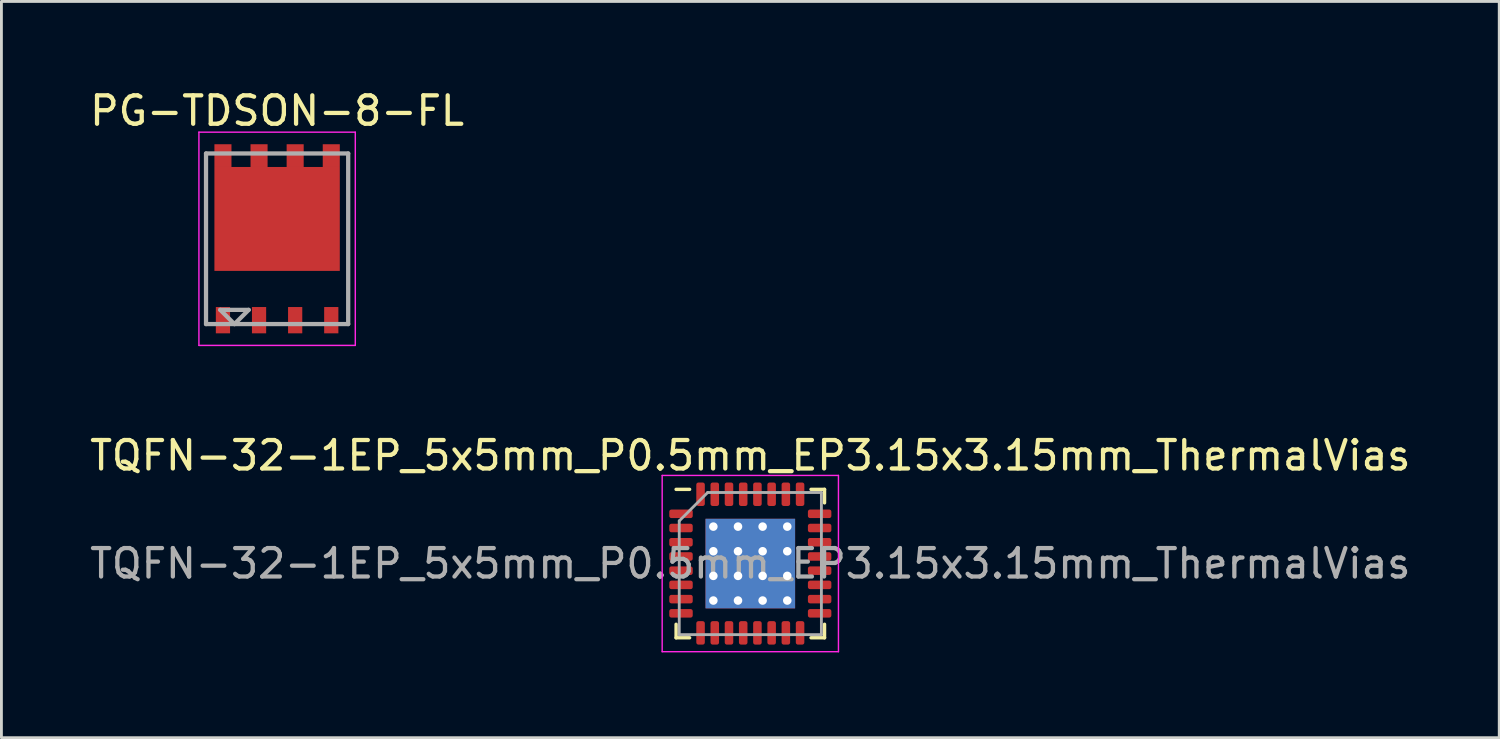
<source format=kicad_pcb>
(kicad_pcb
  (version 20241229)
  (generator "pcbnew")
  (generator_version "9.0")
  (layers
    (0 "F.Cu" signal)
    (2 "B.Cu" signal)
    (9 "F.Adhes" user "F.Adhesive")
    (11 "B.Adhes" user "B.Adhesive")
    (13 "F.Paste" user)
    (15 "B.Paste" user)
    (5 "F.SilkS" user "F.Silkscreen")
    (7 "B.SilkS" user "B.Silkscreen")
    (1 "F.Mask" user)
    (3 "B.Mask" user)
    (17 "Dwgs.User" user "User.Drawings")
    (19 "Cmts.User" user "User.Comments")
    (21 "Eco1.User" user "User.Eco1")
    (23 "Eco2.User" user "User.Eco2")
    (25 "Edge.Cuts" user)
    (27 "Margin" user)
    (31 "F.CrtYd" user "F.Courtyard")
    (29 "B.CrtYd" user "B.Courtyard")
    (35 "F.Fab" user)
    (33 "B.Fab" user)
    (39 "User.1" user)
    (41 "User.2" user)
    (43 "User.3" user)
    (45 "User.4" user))
  (footprint "PG-TDSON-8-FL"
    (layer "F.Cu")
    (at 6.696 5.348)
    (property "Reference" "PG-TDSON-8-FL" (at 0 -4.5 0) (layer "F.SilkS") (effects (font (size 1 1) (thickness 0.15))))
    (attr smd)
    (fp_line (start -2.75 3.75) (end -2.75 -3.75) (stroke (width 0.05) (type solid)) (layer "F.CrtYd"))
    (fp_line (start 2.75 -3.75) (end -2.75 -3.75) (stroke (width 0.05) (type solid)) (layer "F.CrtYd"))
    (fp_line (start 2.75 -3.75) (end 2.75 3.75) (stroke (width 0.05) (type solid)) (layer "F.CrtYd"))
    (fp_line (start 2.75 3.75) (end -2.75 3.75) (stroke (width 0.05) (type solid)) (layer "F.CrtYd"))
    (fp_line (start -2.5 -3) (end -2.5 3) (stroke (width 0.15) (type solid)) (layer "F.Fab"))
    (fp_line (start -2.5 3) (end 2.5 3) (stroke (width 0.15) (type solid)) (layer "F.Fab"))
    (fp_line (start -2 2.5) (end -1.5 3) (stroke (width 0.15) (type solid)) (layer "F.Fab"))
    (fp_line (start -1.5 3) (end -1 2.5) (stroke (width 0.15) (type solid)) (layer "F.Fab"))
    (fp_line (start -1 2.5) (end -2 2.5) (stroke (width 0.15) (type solid)) (layer "F.Fab"))
    (fp_line (start 2.5 -3) (end -2.5 -3) (stroke (width 0.15) (type solid)) (layer "F.Fab"))
    (fp_line (start 2.5 3) (end 2.5 -3) (stroke (width 0.15) (type solid)) (layer "F.Fab"))
    (pad "1" smd rect (at -1.905 2.863) (size 0.5 0.925) (layers "F.Cu" "F.Mask" "F.Paste"))
    (pad "1" smd rect (at -0.635 2.863) (size 0.5 0.925) (layers "F.Cu" "F.Mask" "F.Paste"))
    (pad "1" smd rect (at 0.635 2.863) (size 0.5 0.925) (layers "F.Cu" "F.Mask" "F.Paste"))
    (pad "2" smd rect (at 1.905 2.863) (size 0.5 0.925) (layers "F.Cu" "F.Mask" "F.Paste"))
    (pad "3" smd rect (at -1.905 -2.925) (size 0.6 0.8) (layers "F.Cu" "F.Mask" "F.Paste"))
    (pad "3" smd rect (at -0.635 -2.925) (size 0.6 0.8) (layers "F.Cu" "F.Mask" "F.Paste"))
    (pad "3" smd rect (at 0 -0.698) (size 4.41 3.655) (layers "F.Cu" "F.Mask" "F.Paste"))
    (pad "3" smd rect (at 0.635 -2.925) (size 0.6 0.8) (layers "F.Cu" "F.Mask" "F.Paste"))
    (pad "3" smd rect (at 1.905 -2.925) (size 0.6 0.8) (layers "F.Cu" "F.Mask" "F.Paste")))
  (footprint "TQFN-32-1EP_5x5mm_P0.5mm_EP3.15x3.15mm_ThermalVias"
    (layer "F.Cu")
    (at 23.339 16.771)
    (property "Reference" "TQFN-32-1EP_5x5mm_P0.5mm_EP3.15x3.15mm_ThermalVias" (at 0 -3.8 0) (layer "F.SilkS") (effects (font (size 1 1) (thickness 0.15))))
    (attr smd)
    (fp_line (start -2.61 2.61) (end -2.61 2.135) (stroke (width 0.12) (type solid)) (layer "F.SilkS"))
    (fp_line (start -2.135 -2.61) (end -2.61 -2.61) (stroke (width 0.12) (type solid)) (layer "F.SilkS"))
    (fp_line (start -2.135 2.61) (end -2.61 2.61) (stroke (width 0.12) (type solid)) (layer "F.SilkS"))
    (fp_line (start 2.135 -2.61) (end 2.61 -2.61) (stroke (width 0.12) (type solid)) (layer "F.SilkS"))
    (fp_line (start 2.135 2.61) (end 2.61 2.61) (stroke (width 0.12) (type solid)) (layer "F.SilkS"))
    (fp_line (start 2.61 -2.61) (end 2.61 -2.135) (stroke (width 0.12) (type solid)) (layer "F.SilkS"))
    (fp_line (start 2.61 2.61) (end 2.61 2.135) (stroke (width 0.12) (type solid)) (layer "F.SilkS"))
    (fp_line (start -3.1 -3.1) (end -3.1 3.1) (stroke (width 0.05) (type solid)) (layer "F.CrtYd"))
    (fp_line (start -3.1 3.1) (end 3.1 3.1) (stroke (width 0.05) (type solid)) (layer "F.CrtYd"))
    (fp_line (start 3.1 -3.1) (end -3.1 -3.1) (stroke (width 0.05) (type solid)) (layer "F.CrtYd"))
    (fp_line (start 3.1 3.1) (end 3.1 -3.1) (stroke (width 0.05) (type solid)) (layer "F.CrtYd"))
    (fp_line (start -2.5 -1.5) (end -1.5 -2.5) (stroke (width 0.1) (type solid)) (layer "F.Fab"))
    (fp_line (start -2.5 2.5) (end -2.5 -1.5) (stroke (width 0.1) (type solid)) (layer "F.Fab"))
    (fp_line (start -1.5 -2.5) (end 2.5 -2.5) (stroke (width 0.1) (type solid)) (layer "F.Fab"))
    (fp_line (start 2.5 -2.5) (end 2.5 2.5) (stroke (width 0.1) (type solid)) (layer "F.Fab"))
    (fp_line (start 2.5 2.5) (end -2.5 2.5) (stroke (width 0.1) (type solid)) (layer "F.Fab"))
    (fp_text user "${REFERENCE}" (at 0 0 0) (layer "F.Fab") (effects (font (size 1 1) (thickness 0.15))))
    (pad "" smd custom (at -0.867 -0.867) (size 0.657 0.657) (layers "F.Paste") (options (anchor circle)) (primitives (gr_poly (pts (xy -0.24 -0.094) (xy -0.094 -0.24) (xy 0.094 -0.24) (xy 0.24 -0.094) (xy 0.24 0.094) (xy 0.094 0.24) (xy -0.094 0.24) (xy -0.24 0.094)) (width 0.353) (fill yes))))
    (pad "" smd custom (at -0.867 0) (size 0.657 0.657) (layers "F.Paste") (options (anchor circle)) (primitives (gr_poly (pts (xy -0.24 -0.094) (xy -0.094 -0.24) (xy 0.094 -0.24) (xy 0.24 -0.094) (xy 0.24 0.094) (xy 0.094 0.24) (xy -0.094 0.24) (xy -0.24 0.094)) (width 0.353) (fill yes))))
    (pad "" smd custom (at -0.867 0.867) (size 0.657 0.657) (layers "F.Paste") (options (anchor circle)) (primitives (gr_poly (pts (xy -0.24 -0.094) (xy -0.094 -0.24) (xy 0.094 -0.24) (xy 0.24 -0.094) (xy 0.24 0.094) (xy 0.094 0.24) (xy -0.094 0.24) (xy -0.24 0.094)) (width 0.353) (fill yes))))
    (pad "" smd custom (at 0 -0.867) (size 0.657 0.657) (layers "F.Paste") (options (anchor circle)) (primitives (gr_poly (pts (xy -0.24 -0.094) (xy -0.094 -0.24) (xy 0.094 -0.24) (xy 0.24 -0.094) (xy 0.24 0.094) (xy 0.094 0.24) (xy -0.094 0.24) (xy -0.24 0.094)) (width 0.353) (fill yes))))
    (pad "" smd custom (at 0 0) (size 0.657 0.657) (layers "F.Paste") (options (anchor circle)) (primitives (gr_poly (pts (xy -0.24 -0.094) (xy -0.094 -0.24) (xy 0.094 -0.24) (xy 0.24 -0.094) (xy 0.24 0.094) (xy 0.094 0.24) (xy -0.094 0.24) (xy -0.24 0.094)) (width 0.353) (fill yes))))
    (pad "" smd custom (at 0 0.867) (size 0.657 0.657) (layers "F.Paste") (options (anchor circle)) (primitives (gr_poly (pts (xy -0.24 -0.094) (xy -0.094 -0.24) (xy 0.094 -0.24) (xy 0.24 -0.094) (xy 0.24 0.094) (xy 0.094 0.24) (xy -0.094 0.24) (xy -0.24 0.094)) (width 0.353) (fill yes))))
    (pad "" smd custom (at 0.867 -0.867) (size 0.657 0.657) (layers "F.Paste") (options (anchor circle)) (primitives (gr_poly (pts (xy -0.24 -0.094) (xy -0.094 -0.24) (xy 0.094 -0.24) (xy 0.24 -0.094) (xy 0.24 0.094) (xy 0.094 0.24) (xy -0.094 0.24) (xy -0.24 0.094)) (width 0.353) (fill yes))))
    (pad "" smd custom (at 0.867 0) (size 0.657 0.657) (layers "F.Paste") (options (anchor circle)) (primitives (gr_poly (pts (xy -0.24 -0.094) (xy -0.094 -0.24) (xy 0.094 -0.24) (xy 0.24 -0.094) (xy 0.24 0.094) (xy 0.094 0.24) (xy -0.094 0.24) (xy -0.24 0.094)) (width 0.353) (fill yes))))
    (pad "" smd custom (at 0.867 0.867) (size 0.657 0.657) (layers "F.Paste") (options (anchor circle)) (primitives (gr_poly (pts (xy -0.24 -0.094) (xy -0.094 -0.24) (xy 0.094 -0.24) (xy 0.24 -0.094) (xy 0.24 0.094) (xy 0.094 0.24) (xy -0.094 0.24) (xy -0.24 0.094)) (width 0.353) (fill yes))))
    (pad "1" smd roundrect (at -2.438 -1.75) (size 0.825 0.3) (layers "F.Cu" "F.Mask" "F.Paste") (roundrect_rratio 0.25))
    (pad "2" smd roundrect (at -2.438 -1.25) (size 0.825 0.3) (layers "F.Cu" "F.Mask" "F.Paste") (roundrect_rratio 0.25))
    (pad "3" smd roundrect (at -2.438 -0.75) (size 0.825 0.3) (layers "F.Cu" "F.Mask" "F.Paste") (roundrect_rratio 0.25))
    (pad "4" smd roundrect (at -2.438 -0.25) (size 0.825 0.3) (layers "F.Cu" "F.Mask" "F.Paste") (roundrect_rratio 0.25))
    (pad "5" smd roundrect (at -2.438 0.25) (size 0.825 0.3) (layers "F.Cu" "F.Mask" "F.Paste") (roundrect_rratio 0.25))
    (pad "6" smd roundrect (at -2.438 0.75) (size 0.825 0.3) (layers "F.Cu" "F.Mask" "F.Paste") (roundrect_rratio 0.25))
    (pad "7" smd roundrect (at -2.438 1.25) (size 0.825 0.3) (layers "F.Cu" "F.Mask" "F.Paste") (roundrect_rratio 0.25))
    (pad "8" smd roundrect (at -2.438 1.75) (size 0.825 0.3) (layers "F.Cu" "F.Mask" "F.Paste") (roundrect_rratio 0.25))
    (pad "9" smd roundrect (at -1.75 2.438) (size 0.3 0.825) (layers "F.Cu" "F.Mask" "F.Paste") (roundrect_rratio 0.25))
    (pad "10" smd roundrect (at -1.25 2.438) (size 0.3 0.825) (layers "F.Cu" "F.Mask" "F.Paste") (roundrect_rratio 0.25))
    (pad "11" smd roundrect (at -0.75 2.438) (size 0.3 0.825) (layers "F.Cu" "F.Mask" "F.Paste") (roundrect_rratio 0.25))
    (pad "12" smd roundrect (at -0.25 2.438) (size 0.3 0.825) (layers "F.Cu" "F.Mask" "F.Paste") (roundrect_rratio 0.25))
    (pad "13" smd roundrect (at 0.25 2.438) (size 0.3 0.825) (layers "F.Cu" "F.Mask" "F.Paste") (roundrect_rratio 0.25))
    (pad "14" smd roundrect (at 0.75 2.438) (size 0.3 0.825) (layers "F.Cu" "F.Mask" "F.Paste") (roundrect_rratio 0.25))
    (pad "15" smd roundrect (at 1.25 2.438) (size 0.3 0.825) (layers "F.Cu" "F.Mask" "F.Paste") (roundrect_rratio 0.25))
    (pad "16" smd roundrect (at 1.75 2.438) (size 0.3 0.825) (layers "F.Cu" "F.Mask" "F.Paste") (roundrect_rratio 0.25))
    (pad "17" smd roundrect (at 2.438 1.75) (size 0.825 0.3) (layers "F.Cu" "F.Mask" "F.Paste") (roundrect_rratio 0.25))
    (pad "18" smd roundrect (at 2.438 1.25) (size 0.825 0.3) (layers "F.Cu" "F.Mask" "F.Paste") (roundrect_rratio 0.25))
    (pad "19" smd roundrect (at 2.438 0.75) (size 0.825 0.3) (layers "F.Cu" "F.Mask" "F.Paste") (roundrect_rratio 0.25))
    (pad "20" smd roundrect (at 2.438 0.25) (size 0.825 0.3) (layers "F.Cu" "F.Mask" "F.Paste") (roundrect_rratio 0.25))
    (pad "21" smd roundrect (at 2.438 -0.25) (size 0.825 0.3) (layers "F.Cu" "F.Mask" "F.Paste") (roundrect_rratio 0.25))
    (pad "22" smd roundrect (at 2.438 -0.75) (size 0.825 0.3) (layers "F.Cu" "F.Mask" "F.Paste") (roundrect_rratio 0.25))
    (pad "23" smd roundrect (at 2.438 -1.25) (size 0.825 0.3) (layers "F.Cu" "F.Mask" "F.Paste") (roundrect_rratio 0.25))
    (pad "24" smd roundrect (at 2.438 -1.75) (size 0.825 0.3) (layers "F.Cu" "F.Mask" "F.Paste") (roundrect_rratio 0.25))
    (pad "25" smd roundrect (at 1.75 -2.438) (size 0.3 0.825) (layers "F.Cu" "F.Mask" "F.Paste") (roundrect_rratio 0.25))
    (pad "26" smd roundrect (at 1.25 -2.438) (size 0.3 0.825) (layers "F.Cu" "F.Mask" "F.Paste") (roundrect_rratio 0.25))
    (pad "27" smd roundrect (at 0.75 -2.438) (size 0.3 0.825) (layers "F.Cu" "F.Mask" "F.Paste") (roundrect_rratio 0.25))
    (pad "28" smd roundrect (at 0.25 -2.438) (size 0.3 0.825) (layers "F.Cu" "F.Mask" "F.Paste") (roundrect_rratio 0.25))
    (pad "29" smd roundrect (at -0.25 -2.438) (size 0.3 0.825) (layers "F.Cu" "F.Mask" "F.Paste") (roundrect_rratio 0.25))
    (pad "30" smd roundrect (at -0.75 -2.438) (size 0.3 0.825) (layers "F.Cu" "F.Mask" "F.Paste") (roundrect_rratio 0.25))
    (pad "31" smd roundrect (at -1.25 -2.438) (size 0.3 0.825) (layers "F.Cu" "F.Mask" "F.Paste") (roundrect_rratio 0.25))
    (pad "32" smd roundrect (at -1.75 -2.438) (size 0.3 0.825) (layers "F.Cu" "F.Mask" "F.Paste") (roundrect_rratio 0.25))
    (pad "33" thru_hole circle (at -1.3 -1.3) (size 0.5 0.5) (drill 0.3) (layers "*.Cu"))
    (pad "33" thru_hole circle (at -1.3 -0.433) (size 0.5 0.5) (drill 0.3) (layers "*.Cu"))
    (pad "33" thru_hole circle (at -1.3 0.433) (size 0.5 0.5) (drill 0.3) (layers "*.Cu"))
    (pad "33" thru_hole circle (at -1.3 1.3) (size 0.5 0.5) (drill 0.3) (layers "*.Cu"))
    (pad "33" thru_hole circle (at -0.433 -1.3) (size 0.5 0.5) (drill 0.3) (layers "*.Cu"))
    (pad "33" thru_hole circle (at -0.433 -0.433) (size 0.5 0.5) (drill 0.3) (layers "*.Cu"))
    (pad "33" thru_hole circle (at -0.433 0.433) (size 0.5 0.5) (drill 0.3) (layers "*.Cu"))
    (pad "33" thru_hole circle (at -0.433 1.3) (size 0.5 0.5) (drill 0.3) (layers "*.Cu"))
    (pad "33" smd rect (at 0 0) (size 3.15 3.15) (layers "F.Cu" "F.Mask"))
    (pad "33" smd rect (at 0 0) (size 3.15 3.15) (layers "B.Cu"))
    (pad "33" thru_hole circle (at 0.433 -1.3) (size 0.5 0.5) (drill 0.3) (layers "*.Cu"))
    (pad "33" thru_hole circle (at 0.433 -0.433) (size 0.5 0.5) (drill 0.3) (layers "*.Cu"))
    (pad "33" thru_hole circle (at 0.433 0.433) (size 0.5 0.5) (drill 0.3) (layers "*.Cu"))
    (pad "33" thru_hole circle (at 0.433 1.3) (size 0.5 0.5) (drill 0.3) (layers "*.Cu"))
    (pad "33" thru_hole circle (at 1.3 -1.3) (size 0.5 0.5) (drill 0.3) (layers "*.Cu"))
    (pad "33" thru_hole circle (at 1.3 -0.433) (size 0.5 0.5) (drill 0.3) (layers "*.Cu"))
    (pad "33" thru_hole circle (at 1.3 0.433) (size 0.5 0.5) (drill 0.3) (layers "*.Cu"))
    (pad "33" thru_hole circle (at 1.3 1.3) (size 0.5 0.5) (drill 0.3) (layers "*.Cu")))
  (gr_rect
    (start -3 -3)
    (end 49.679 22.896)
    (stroke (width 0.1) (type default))
    (fill no)
    (layer "Edge.Cuts")))
</source>
